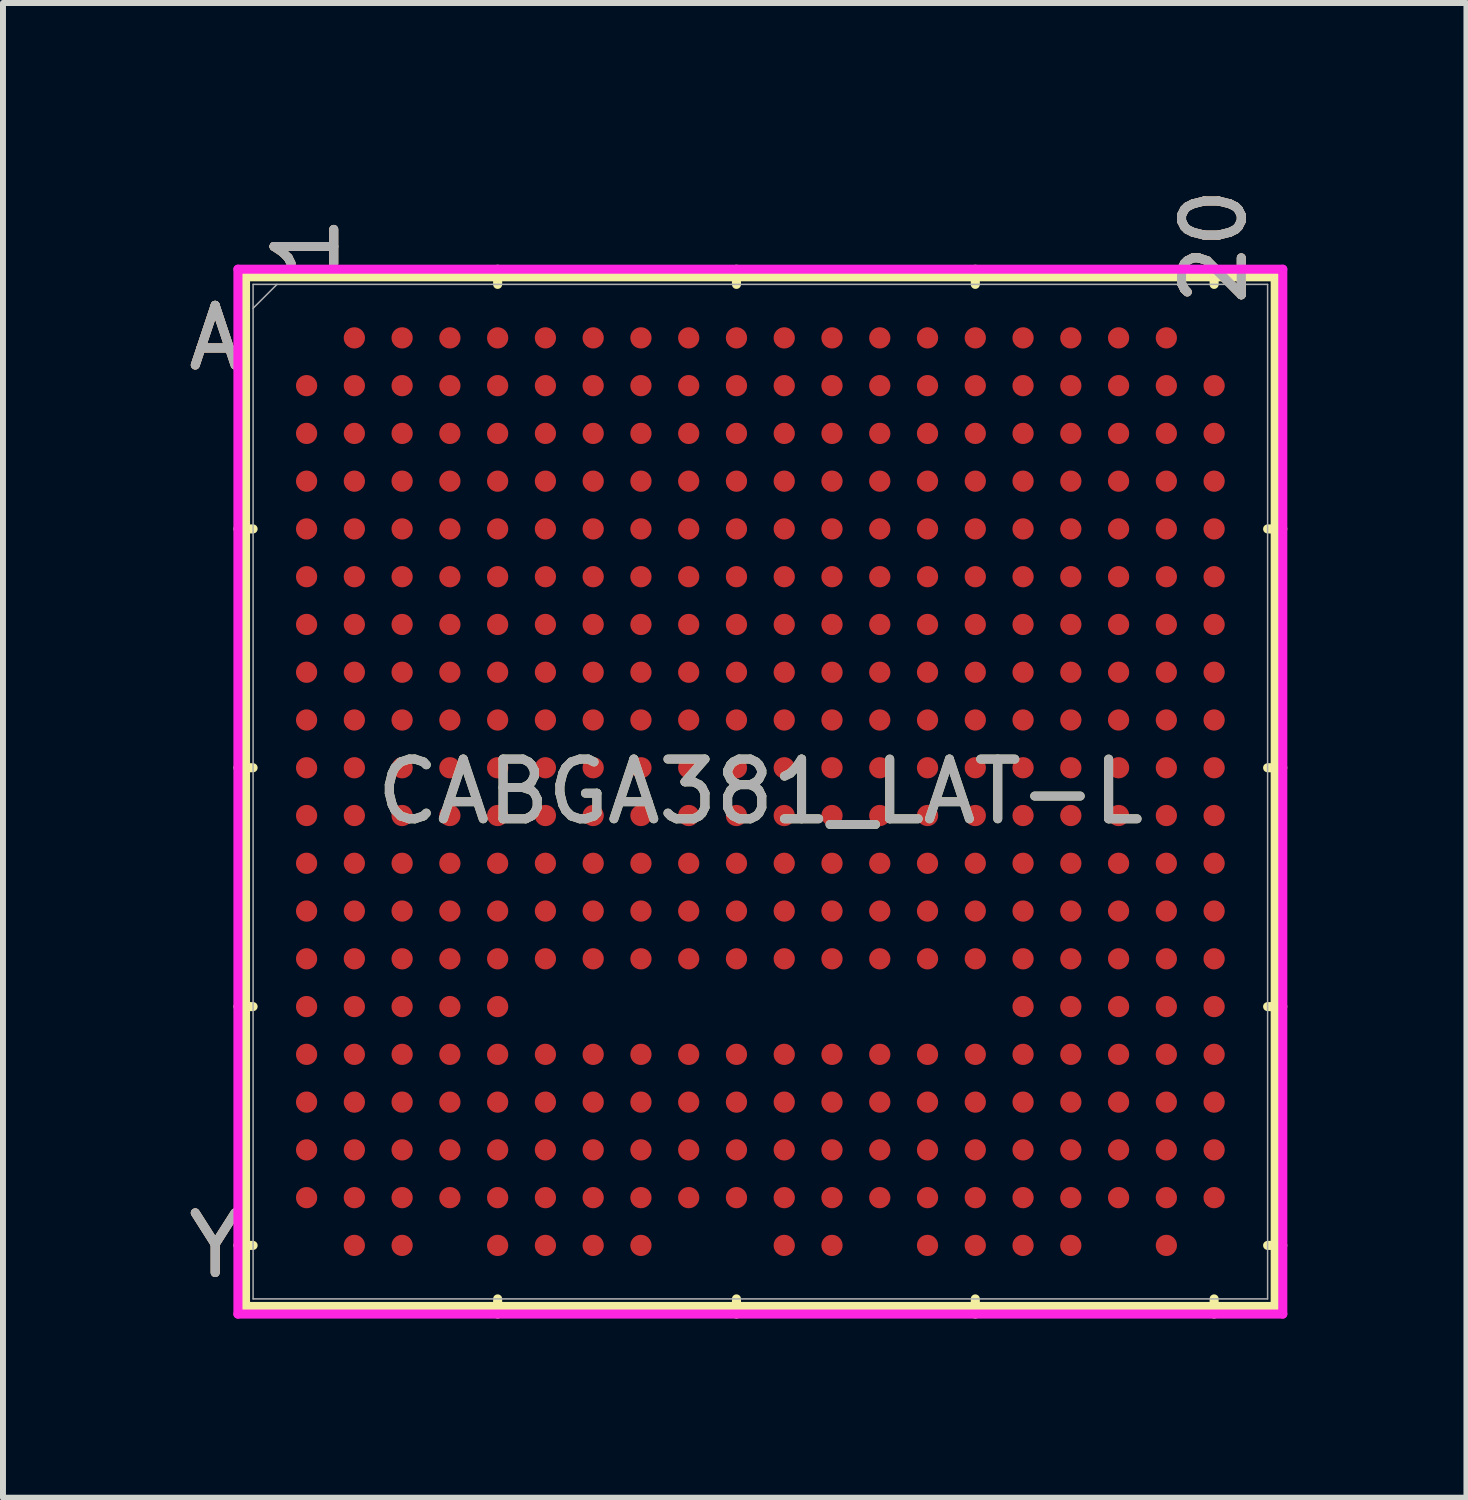
<source format=kicad_pcb>
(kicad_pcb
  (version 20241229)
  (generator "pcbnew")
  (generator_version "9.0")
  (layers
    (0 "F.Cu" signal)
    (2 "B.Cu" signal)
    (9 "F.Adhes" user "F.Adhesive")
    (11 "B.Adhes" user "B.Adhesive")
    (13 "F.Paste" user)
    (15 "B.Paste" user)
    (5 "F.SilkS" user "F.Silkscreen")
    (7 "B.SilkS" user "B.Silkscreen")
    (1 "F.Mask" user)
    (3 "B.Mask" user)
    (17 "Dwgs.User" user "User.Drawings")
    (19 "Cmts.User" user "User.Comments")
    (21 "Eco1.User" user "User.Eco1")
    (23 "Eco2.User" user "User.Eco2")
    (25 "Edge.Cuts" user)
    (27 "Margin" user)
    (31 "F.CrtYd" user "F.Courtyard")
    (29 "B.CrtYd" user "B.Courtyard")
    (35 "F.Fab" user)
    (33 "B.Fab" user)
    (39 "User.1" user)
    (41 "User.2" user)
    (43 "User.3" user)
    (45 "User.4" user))
  (footprint "CABGA381_LAT-L"
    (layer "F.Cu")
    (at 9.685 10.209)
    (property "Reference" "CABGA381_LAT-L" (at 0 0 0) (unlocked yes) (layer "F.SilkS") (effects (font (size 1 1) (thickness 0.15))))
    (attr smd)
    (fp_line (start -8.623 -8.623) (end -8.623 8.623) (stroke (width 0.152) (type solid)) (layer "F.SilkS"))
    (fp_line (start -8.623 8.623) (end 8.623 8.623) (stroke (width 0.152) (type solid)) (layer "F.SilkS"))
    (fp_line (start -8.496 -4.4) (end -8.75 -4.4) (stroke (width 0.152) (type solid)) (layer "F.SilkS"))
    (fp_line (start -8.496 -0.4) (end -8.75 -0.4) (stroke (width 0.152) (type solid)) (layer "F.SilkS"))
    (fp_line (start -8.496 3.6) (end -8.75 3.6) (stroke (width 0.152) (type solid)) (layer "F.SilkS"))
    (fp_line (start -8.496 7.6) (end -8.75 7.6) (stroke (width 0.152) (type solid)) (layer "F.SilkS"))
    (fp_line (start -4.4 -8.496) (end -4.4 -8.75) (stroke (width 0.152) (type solid)) (layer "F.SilkS"))
    (fp_line (start -4.4 8.496) (end -4.4 8.75) (stroke (width 0.152) (type solid)) (layer "F.SilkS"))
    (fp_line (start -0.4 -8.496) (end -0.4 -8.75) (stroke (width 0.152) (type solid)) (layer "F.SilkS"))
    (fp_line (start -0.4 8.496) (end -0.4 8.75) (stroke (width 0.152) (type solid)) (layer "F.SilkS"))
    (fp_line (start 3.6 -8.496) (end 3.6 -8.75) (stroke (width 0.152) (type solid)) (layer "F.SilkS"))
    (fp_line (start 3.6 8.496) (end 3.6 8.75) (stroke (width 0.152) (type solid)) (layer "F.SilkS"))
    (fp_line (start 7.6 -8.496) (end 7.6 -8.75) (stroke (width 0.152) (type solid)) (layer "F.SilkS"))
    (fp_line (start 7.6 8.496) (end 7.6 8.75) (stroke (width 0.152) (type solid)) (layer "F.SilkS"))
    (fp_line (start 8.496 -4.4) (end 8.75 -4.4) (stroke (width 0.152) (type solid)) (layer "F.SilkS"))
    (fp_line (start 8.496 -0.4) (end 8.75 -0.4) (stroke (width 0.152) (type solid)) (layer "F.SilkS"))
    (fp_line (start 8.496 3.6) (end 8.75 3.6) (stroke (width 0.152) (type solid)) (layer "F.SilkS"))
    (fp_line (start 8.496 7.6) (end 8.75 7.6) (stroke (width 0.152) (type solid)) (layer "F.SilkS"))
    (fp_line (start 8.623 -8.623) (end -8.623 -8.623) (stroke (width 0.152) (type solid)) (layer "F.SilkS"))
    (fp_line (start 8.623 8.623) (end 8.623 -8.623) (stroke (width 0.152) (type solid)) (layer "F.SilkS"))
    (fp_poly (pts (xy -8.444 -8.444) (xy 8.444 -8.444) (xy 8.444 8.444) (xy -8.444 8.444)) (stroke (width 0.1) (type solid)) (fill no) (layer "Eco2.User"))
    (fp_line (start -8.75 -8.75) (end 8.75 -8.75) (stroke (width 0.152) (type solid)) (layer "F.CrtYd"))
    (fp_line (start -8.75 8.75) (end -8.75 -8.75) (stroke (width 0.152) (type solid)) (layer "F.CrtYd"))
    (fp_line (start 8.75 -8.75) (end 8.75 8.75) (stroke (width 0.152) (type solid)) (layer "F.CrtYd"))
    (fp_line (start 8.75 8.75) (end -8.75 8.75) (stroke (width 0.152) (type solid)) (layer "F.CrtYd"))
    (fp_line (start -8.496 -8.496) (end -8.496 8.496) (stroke (width 0.025) (type solid)) (layer "F.Fab"))
    (fp_line (start -8.496 8.496) (end 8.496 8.496) (stroke (width 0.025) (type solid)) (layer "F.Fab"))
    (fp_line (start -8.096 -8.496) (end -8.496 -8.096) (stroke (width 0.025) (type solid)) (layer "F.Fab"))
    (fp_line (start 8.496 -8.496) (end -8.496 -8.496) (stroke (width 0.025) (type solid)) (layer "F.Fab"))
    (fp_line (start 8.496 8.496) (end 8.496 -8.496) (stroke (width 0.025) (type solid)) (layer "F.Fab"))
    (fp_text user "A" (at -9.131 -7.6 0) (unlocked yes) (layer "F.SilkS") (effects (font (size 1 1) (thickness 0.15))))
    (fp_text user "20" (at 7.6 -9.131 90) (unlocked yes) (layer "F.SilkS") (effects (font (size 1 1) (thickness 0.15))))
    (fp_text user "Y" (at -9.131 7.6 0) (unlocked yes) (layer "F.SilkS") (effects (font (size 1 1) (thickness 0.15))))
    (fp_text user "1" (at -7.6 -9.131 90) (unlocked yes) (layer "F.SilkS") (effects (font (size 1 1) (thickness 0.15))))
    (fp_text user "Y" (at -9.131 7.6 0) (unlocked yes) (layer "B.SilkS") (effects (font (size 1 1) (thickness 0.15))))
    (fp_text user "A" (at -9.131 -7.6 0) (unlocked yes) (layer "B.SilkS") (effects (font (size 1 1) (thickness 0.15))))
    (fp_text user "20" (at 7.6 -9.131 90) (unlocked yes) (layer "B.SilkS") (effects (font (size 1 1) (thickness 0.15))))
    (fp_text user "1" (at -7.6 -9.131 90) (unlocked yes) (layer "B.SilkS") (effects (font (size 1 1) (thickness 0.15))))
    (fp_text user "A" (at -9.131 -7.6 0) (unlocked yes) (layer "F.Fab") (effects (font (size 1 1) (thickness 0.15))))
    (fp_text user "20" (at 7.6 -9.131 90) (unlocked yes) (layer "F.Fab") (effects (font (size 1 1) (thickness 0.15))))
    (fp_text user "1" (at -7.6 -9.131 90) (unlocked yes) (layer "F.Fab") (effects (font (size 1 1) (thickness 0.15))))
    (fp_text user "Y" (at -9.131 7.6 0) (unlocked yes) (layer "F.Fab") (effects (font (size 1 1) (thickness 0.15))))
    (fp_text user "${REFERENCE}" (at 0 0 0) (unlocked yes) (layer "F.Fab") (effects (font (size 1 1) (thickness 0.15))))
    (pad "A2" smd circle (at -6.8 -7.6) (size 0.356 0.356) (layers "F.Cu" "F.Mask" "F.Paste"))
    (pad "A3" smd circle (at -6 -7.6) (size 0.356 0.356) (layers "F.Cu" "F.Mask" "F.Paste"))
    (pad "A4" smd circle (at -5.2 -7.6) (size 0.356 0.356) (layers "F.Cu" "F.Mask" "F.Paste"))
    (pad "A5" smd circle (at -4.4 -7.6) (size 0.356 0.356) (layers "F.Cu" "F.Mask" "F.Paste"))
    (pad "A6" smd circle (at -3.6 -7.6) (size 0.356 0.356) (layers "F.Cu" "F.Mask" "F.Paste"))
    (pad "A7" smd circle (at -2.8 -7.6) (size 0.356 0.356) (layers "F.Cu" "F.Mask" "F.Paste"))
    (pad "A8" smd circle (at -2 -7.6) (size 0.356 0.356) (layers "F.Cu" "F.Mask" "F.Paste"))
    (pad "A9" smd circle (at -1.2 -7.6) (size 0.356 0.356) (layers "F.Cu" "F.Mask" "F.Paste"))
    (pad "A10" smd circle (at -0.4 -7.6) (size 0.356 0.356) (layers "F.Cu" "F.Mask" "F.Paste"))
    (pad "A11" smd circle (at 0.4 -7.6) (size 0.356 0.356) (layers "F.Cu" "F.Mask" "F.Paste"))
    (pad "A12" smd circle (at 1.2 -7.6) (size 0.356 0.356) (layers "F.Cu" "F.Mask" "F.Paste"))
    (pad "A13" smd circle (at 2 -7.6) (size 0.356 0.356) (layers "F.Cu" "F.Mask" "F.Paste"))
    (pad "A14" smd circle (at 2.8 -7.6) (size 0.356 0.356) (layers "F.Cu" "F.Mask" "F.Paste"))
    (pad "A15" smd circle (at 3.6 -7.6) (size 0.356 0.356) (layers "F.Cu" "F.Mask" "F.Paste"))
    (pad "A16" smd circle (at 4.4 -7.6) (size 0.356 0.356) (layers "F.Cu" "F.Mask" "F.Paste"))
    (pad "A17" smd circle (at 5.2 -7.6) (size 0.356 0.356) (layers "F.Cu" "F.Mask" "F.Paste"))
    (pad "A18" smd circle (at 6 -7.6) (size 0.356 0.356) (layers "F.Cu" "F.Mask" "F.Paste"))
    (pad "A19" smd circle (at 6.8 -7.6) (size 0.356 0.356) (layers "F.Cu" "F.Mask" "F.Paste"))
    (pad "B1" smd circle (at -7.6 -6.8) (size 0.356 0.356) (layers "F.Cu" "F.Mask" "F.Paste"))
    (pad "B2" smd circle (at -6.8 -6.8) (size 0.356 0.356) (layers "F.Cu" "F.Mask" "F.Paste"))
    (pad "B3" smd circle (at -6 -6.8) (size 0.356 0.356) (layers "F.Cu" "F.Mask" "F.Paste"))
    (pad "B4" smd circle (at -5.2 -6.8) (size 0.356 0.356) (layers "F.Cu" "F.Mask" "F.Paste"))
    (pad "B5" smd circle (at -4.4 -6.8) (size 0.356 0.356) (layers "F.Cu" "F.Mask" "F.Paste"))
    (pad "B6" smd circle (at -3.6 -6.8) (size 0.356 0.356) (layers "F.Cu" "F.Mask" "F.Paste"))
    (pad "B7" smd circle (at -2.8 -6.8) (size 0.356 0.356) (layers "F.Cu" "F.Mask" "F.Paste"))
    (pad "B8" smd circle (at -2 -6.8) (size 0.356 0.356) (layers "F.Cu" "F.Mask" "F.Paste"))
    (pad "B9" smd circle (at -1.2 -6.8) (size 0.356 0.356) (layers "F.Cu" "F.Mask" "F.Paste"))
    (pad "B10" smd circle (at -0.4 -6.8) (size 0.356 0.356) (layers "F.Cu" "F.Mask" "F.Paste"))
    (pad "B11" smd circle (at 0.4 -6.8) (size 0.356 0.356) (layers "F.Cu" "F.Mask" "F.Paste"))
    (pad "B12" smd circle (at 1.2 -6.8) (size 0.356 0.356) (layers "F.Cu" "F.Mask" "F.Paste"))
    (pad "B13" smd circle (at 2 -6.8) (size 0.356 0.356) (layers "F.Cu" "F.Mask" "F.Paste"))
    (pad "B14" smd circle (at 2.8 -6.8) (size 0.356 0.356) (layers "F.Cu" "F.Mask" "F.Paste"))
    (pad "B15" smd circle (at 3.6 -6.8) (size 0.356 0.356) (layers "F.Cu" "F.Mask" "F.Paste"))
    (pad "B16" smd circle (at 4.4 -6.8) (size 0.356 0.356) (layers "F.Cu" "F.Mask" "F.Paste"))
    (pad "B17" smd circle (at 5.2 -6.8) (size 0.356 0.356) (layers "F.Cu" "F.Mask" "F.Paste"))
    (pad "B18" smd circle (at 6 -6.8) (size 0.356 0.356) (layers "F.Cu" "F.Mask" "F.Paste"))
    (pad "B19" smd circle (at 6.8 -6.8) (size 0.356 0.356) (layers "F.Cu" "F.Mask" "F.Paste"))
    (pad "B20" smd circle (at 7.6 -6.8) (size 0.356 0.356) (layers "F.Cu" "F.Mask" "F.Paste"))
    (pad "C1" smd circle (at -7.6 -6) (size 0.356 0.356) (layers "F.Cu" "F.Mask" "F.Paste"))
    (pad "C2" smd circle (at -6.8 -6) (size 0.356 0.356) (layers "F.Cu" "F.Mask" "F.Paste"))
    (pad "C3" smd circle (at -6 -6) (size 0.356 0.356) (layers "F.Cu" "F.Mask" "F.Paste"))
    (pad "C4" smd circle (at -5.2 -6) (size 0.356 0.356) (layers "F.Cu" "F.Mask" "F.Paste"))
    (pad "C5" smd circle (at -4.4 -6) (size 0.356 0.356) (layers "F.Cu" "F.Mask" "F.Paste"))
    (pad "C6" smd circle (at -3.6 -6) (size 0.356 0.356) (layers "F.Cu" "F.Mask" "F.Paste"))
    (pad "C7" smd circle (at -2.8 -6) (size 0.356 0.356) (layers "F.Cu" "F.Mask" "F.Paste"))
    (pad "C8" smd circle (at -2 -6) (size 0.356 0.356) (layers "F.Cu" "F.Mask" "F.Paste"))
    (pad "C9" smd circle (at -1.2 -6) (size 0.356 0.356) (layers "F.Cu" "F.Mask" "F.Paste"))
    (pad "C10" smd circle (at -0.4 -6) (size 0.356 0.356) (layers "F.Cu" "F.Mask" "F.Paste"))
    (pad "C11" smd circle (at 0.4 -6) (size 0.356 0.356) (layers "F.Cu" "F.Mask" "F.Paste"))
    (pad "C12" smd circle (at 1.2 -6) (size 0.356 0.356) (layers "F.Cu" "F.Mask" "F.Paste"))
    (pad "C13" smd circle (at 2 -6) (size 0.356 0.356) (layers "F.Cu" "F.Mask" "F.Paste"))
    (pad "C14" smd circle (at 2.8 -6) (size 0.356 0.356) (layers "F.Cu" "F.Mask" "F.Paste"))
    (pad "C15" smd circle (at 3.6 -6) (size 0.356 0.356) (layers "F.Cu" "F.Mask" "F.Paste"))
    (pad "C16" smd circle (at 4.4 -6) (size 0.356 0.356) (layers "F.Cu" "F.Mask" "F.Paste"))
    (pad "C17" smd circle (at 5.2 -6) (size 0.356 0.356) (layers "F.Cu" "F.Mask" "F.Paste"))
    (pad "C18" smd circle (at 6 -6) (size 0.356 0.356) (layers "F.Cu" "F.Mask" "F.Paste"))
    (pad "C19" smd circle (at 6.8 -6) (size 0.356 0.356) (layers "F.Cu" "F.Mask" "F.Paste"))
    (pad "C20" smd circle (at 7.6 -6) (size 0.356 0.356) (layers "F.Cu" "F.Mask" "F.Paste"))
    (pad "D1" smd circle (at -7.6 -5.2) (size 0.356 0.356) (layers "F.Cu" "F.Mask" "F.Paste"))
    (pad "D2" smd circle (at -6.8 -5.2) (size 0.356 0.356) (layers "F.Cu" "F.Mask" "F.Paste"))
    (pad "D3" smd circle (at -6 -5.2) (size 0.356 0.356) (layers "F.Cu" "F.Mask" "F.Paste"))
    (pad "D4" smd circle (at -5.2 -5.2) (size 0.356 0.356) (layers "F.Cu" "F.Mask" "F.Paste"))
    (pad "D5" smd circle (at -4.4 -5.2) (size 0.356 0.356) (layers "F.Cu" "F.Mask" "F.Paste"))
    (pad "D6" smd circle (at -3.6 -5.2) (size 0.356 0.356) (layers "F.Cu" "F.Mask" "F.Paste"))
    (pad "D7" smd circle (at -2.8 -5.2) (size 0.356 0.356) (layers "F.Cu" "F.Mask" "F.Paste"))
    (pad "D8" smd circle (at -2 -5.2) (size 0.356 0.356) (layers "F.Cu" "F.Mask" "F.Paste"))
    (pad "D9" smd circle (at -1.2 -5.2) (size 0.356 0.356) (layers "F.Cu" "F.Mask" "F.Paste"))
    (pad "D10" smd circle (at -0.4 -5.2) (size 0.356 0.356) (layers "F.Cu" "F.Mask" "F.Paste"))
    (pad "D11" smd circle (at 0.4 -5.2) (size 0.356 0.356) (layers "F.Cu" "F.Mask" "F.Paste"))
    (pad "D12" smd circle (at 1.2 -5.2) (size 0.356 0.356) (layers "F.Cu" "F.Mask" "F.Paste"))
    (pad "D13" smd circle (at 2 -5.2) (size 0.356 0.356) (layers "F.Cu" "F.Mask" "F.Paste"))
    (pad "D14" smd circle (at 2.8 -5.2) (size 0.356 0.356) (layers "F.Cu" "F.Mask" "F.Paste"))
    (pad "D15" smd circle (at 3.6 -5.2) (size 0.356 0.356) (layers "F.Cu" "F.Mask" "F.Paste"))
    (pad "D16" smd circle (at 4.4 -5.2) (size 0.356 0.356) (layers "F.Cu" "F.Mask" "F.Paste"))
    (pad "D17" smd circle (at 5.2 -5.2) (size 0.356 0.356) (layers "F.Cu" "F.Mask" "F.Paste"))
    (pad "D18" smd circle (at 6 -5.2) (size 0.356 0.356) (layers "F.Cu" "F.Mask" "F.Paste"))
    (pad "D19" smd circle (at 6.8 -5.2) (size 0.356 0.356) (layers "F.Cu" "F.Mask" "F.Paste"))
    (pad "D20" smd circle (at 7.6 -5.2) (size 0.356 0.356) (layers "F.Cu" "F.Mask" "F.Paste"))
    (pad "E1" smd circle (at -7.6 -4.4) (size 0.356 0.356) (layers "F.Cu" "F.Mask" "F.Paste"))
    (pad "E2" smd circle (at -6.8 -4.4) (size 0.356 0.356) (layers "F.Cu" "F.Mask" "F.Paste"))
    (pad "E3" smd circle (at -6 -4.4) (size 0.356 0.356) (layers "F.Cu" "F.Mask" "F.Paste"))
    (pad "E4" smd circle (at -5.2 -4.4) (size 0.356 0.356) (layers "F.Cu" "F.Mask" "F.Paste"))
    (pad "E5" smd circle (at -4.4 -4.4) (size 0.356 0.356) (layers "F.Cu" "F.Mask" "F.Paste"))
    (pad "E6" smd circle (at -3.6 -4.4) (size 0.356 0.356) (layers "F.Cu" "F.Mask" "F.Paste"))
    (pad "E7" smd circle (at -2.8 -4.4) (size 0.356 0.356) (layers "F.Cu" "F.Mask" "F.Paste"))
    (pad "E8" smd circle (at -2 -4.4) (size 0.356 0.356) (layers "F.Cu" "F.Mask" "F.Paste"))
    (pad "E9" smd circle (at -1.2 -4.4) (size 0.356 0.356) (layers "F.Cu" "F.Mask" "F.Paste"))
    (pad "E10" smd circle (at -0.4 -4.4) (size 0.356 0.356) (layers "F.Cu" "F.Mask" "F.Paste"))
    (pad "E11" smd circle (at 0.4 -4.4) (size 0.356 0.356) (layers "F.Cu" "F.Mask" "F.Paste"))
    (pad "E12" smd circle (at 1.2 -4.4) (size 0.356 0.356) (layers "F.Cu" "F.Mask" "F.Paste"))
    (pad "E13" smd circle (at 2 -4.4) (size 0.356 0.356) (layers "F.Cu" "F.Mask" "F.Paste"))
    (pad "E14" smd circle (at 2.8 -4.4) (size 0.356 0.356) (layers "F.Cu" "F.Mask" "F.Paste"))
    (pad "E15" smd circle (at 3.6 -4.4) (size 0.356 0.356) (layers "F.Cu" "F.Mask" "F.Paste"))
    (pad "E16" smd circle (at 4.4 -4.4) (size 0.356 0.356) (layers "F.Cu" "F.Mask" "F.Paste"))
    (pad "E17" smd circle (at 5.2 -4.4) (size 0.356 0.356) (layers "F.Cu" "F.Mask" "F.Paste"))
    (pad "E18" smd circle (at 6 -4.4) (size 0.356 0.356) (layers "F.Cu" "F.Mask" "F.Paste"))
    (pad "E19" smd circle (at 6.8 -4.4) (size 0.356 0.356) (layers "F.Cu" "F.Mask" "F.Paste"))
    (pad "E20" smd circle (at 7.6 -4.4) (size 0.356 0.356) (layers "F.Cu" "F.Mask" "F.Paste"))
    (pad "F1" smd circle (at -7.6 -3.6) (size 0.356 0.356) (layers "F.Cu" "F.Mask" "F.Paste"))
    (pad "F2" smd circle (at -6.8 -3.6) (size 0.356 0.356) (layers "F.Cu" "F.Mask" "F.Paste"))
    (pad "F3" smd circle (at -6 -3.6) (size 0.356 0.356) (layers "F.Cu" "F.Mask" "F.Paste"))
    (pad "F4" smd circle (at -5.2 -3.6) (size 0.356 0.356) (layers "F.Cu" "F.Mask" "F.Paste"))
    (pad "F5" smd circle (at -4.4 -3.6) (size 0.356 0.356) (layers "F.Cu" "F.Mask" "F.Paste"))
    (pad "F6" smd circle (at -3.6 -3.6) (size 0.356 0.356) (layers "F.Cu" "F.Mask" "F.Paste"))
    (pad "F7" smd circle (at -2.8 -3.6) (size 0.356 0.356) (layers "F.Cu" "F.Mask" "F.Paste"))
    (pad "F8" smd circle (at -2 -3.6) (size 0.356 0.356) (layers "F.Cu" "F.Mask" "F.Paste"))
    (pad "F9" smd circle (at -1.2 -3.6) (size 0.356 0.356) (layers "F.Cu" "F.Mask" "F.Paste"))
    (pad "F10" smd circle (at -0.4 -3.6) (size 0.356 0.356) (layers "F.Cu" "F.Mask" "F.Paste"))
    (pad "F11" smd circle (at 0.4 -3.6) (size 0.356 0.356) (layers "F.Cu" "F.Mask" "F.Paste"))
    (pad "F12" smd circle (at 1.2 -3.6) (size 0.356 0.356) (layers "F.Cu" "F.Mask" "F.Paste"))
    (pad "F13" smd circle (at 2 -3.6) (size 0.356 0.356) (layers "F.Cu" "F.Mask" "F.Paste"))
    (pad "F14" smd circle (at 2.8 -3.6) (size 0.356 0.356) (layers "F.Cu" "F.Mask" "F.Paste"))
    (pad "F15" smd circle (at 3.6 -3.6) (size 0.356 0.356) (layers "F.Cu" "F.Mask" "F.Paste"))
    (pad "F16" smd circle (at 4.4 -3.6) (size 0.356 0.356) (layers "F.Cu" "F.Mask" "F.Paste"))
    (pad "F17" smd circle (at 5.2 -3.6) (size 0.356 0.356) (layers "F.Cu" "F.Mask" "F.Paste"))
    (pad "F18" smd circle (at 6 -3.6) (size 0.356 0.356) (layers "F.Cu" "F.Mask" "F.Paste"))
    (pad "F19" smd circle (at 6.8 -3.6) (size 0.356 0.356) (layers "F.Cu" "F.Mask" "F.Paste"))
    (pad "F20" smd circle (at 7.6 -3.6) (size 0.356 0.356) (layers "F.Cu" "F.Mask" "F.Paste"))
    (pad "G1" smd circle (at -7.6 -2.8) (size 0.356 0.356) (layers "F.Cu" "F.Mask" "F.Paste"))
    (pad "G2" smd circle (at -6.8 -2.8) (size 0.356 0.356) (layers "F.Cu" "F.Mask" "F.Paste"))
    (pad "G3" smd circle (at -6 -2.8) (size 0.356 0.356) (layers "F.Cu" "F.Mask" "F.Paste"))
    (pad "G4" smd circle (at -5.2 -2.8) (size 0.356 0.356) (layers "F.Cu" "F.Mask" "F.Paste"))
    (pad "G5" smd circle (at -4.4 -2.8) (size 0.356 0.356) (layers "F.Cu" "F.Mask" "F.Paste"))
    (pad "G6" smd circle (at -3.6 -2.8) (size 0.356 0.356) (layers "F.Cu" "F.Mask" "F.Paste"))
    (pad "G7" smd circle (at -2.8 -2.8) (size 0.356 0.356) (layers "F.Cu" "F.Mask" "F.Paste"))
    (pad "G8" smd circle (at -2 -2.8) (size 0.356 0.356) (layers "F.Cu" "F.Mask" "F.Paste"))
    (pad "G9" smd circle (at -1.2 -2.8) (size 0.356 0.356) (layers "F.Cu" "F.Mask" "F.Paste"))
    (pad "G10" smd circle (at -0.4 -2.8) (size 0.356 0.356) (layers "F.Cu" "F.Mask" "F.Paste"))
    (pad "G11" smd circle (at 0.4 -2.8) (size 0.356 0.356) (layers "F.Cu" "F.Mask" "F.Paste"))
    (pad "G12" smd circle (at 1.2 -2.8) (size 0.356 0.356) (layers "F.Cu" "F.Mask" "F.Paste"))
    (pad "G13" smd circle (at 2 -2.8) (size 0.356 0.356) (layers "F.Cu" "F.Mask" "F.Paste"))
    (pad "G14" smd circle (at 2.8 -2.8) (size 0.356 0.356) (layers "F.Cu" "F.Mask" "F.Paste"))
    (pad "G15" smd circle (at 3.6 -2.8) (size 0.356 0.356) (layers "F.Cu" "F.Mask" "F.Paste"))
    (pad "G16" smd circle (at 4.4 -2.8) (size 0.356 0.356) (layers "F.Cu" "F.Mask" "F.Paste"))
    (pad "G17" smd circle (at 5.2 -2.8) (size 0.356 0.356) (layers "F.Cu" "F.Mask" "F.Paste"))
    (pad "G18" smd circle (at 6 -2.8) (size 0.356 0.356) (layers "F.Cu" "F.Mask" "F.Paste"))
    (pad "G19" smd circle (at 6.8 -2.8) (size 0.356 0.356) (layers "F.Cu" "F.Mask" "F.Paste"))
    (pad "G20" smd circle (at 7.6 -2.8) (size 0.356 0.356) (layers "F.Cu" "F.Mask" "F.Paste"))
    (pad "H1" smd circle (at -7.6 -2) (size 0.356 0.356) (layers "F.Cu" "F.Mask" "F.Paste"))
    (pad "H2" smd circle (at -6.8 -2) (size 0.356 0.356) (layers "F.Cu" "F.Mask" "F.Paste"))
    (pad "H3" smd circle (at -6 -2) (size 0.356 0.356) (layers "F.Cu" "F.Mask" "F.Paste"))
    (pad "H4" smd circle (at -5.2 -2) (size 0.356 0.356) (layers "F.Cu" "F.Mask" "F.Paste"))
    (pad "H5" smd circle (at -4.4 -2) (size 0.356 0.356) (layers "F.Cu" "F.Mask" "F.Paste"))
    (pad "H6" smd circle (at -3.6 -2) (size 0.356 0.356) (layers "F.Cu" "F.Mask" "F.Paste"))
    (pad "H7" smd circle (at -2.8 -2) (size 0.356 0.356) (layers "F.Cu" "F.Mask" "F.Paste"))
    (pad "H8" smd circle (at -2 -2) (size 0.356 0.356) (layers "F.Cu" "F.Mask" "F.Paste"))
    (pad "H9" smd circle (at -1.2 -2) (size 0.356 0.356) (layers "F.Cu" "F.Mask" "F.Paste"))
    (pad "H10" smd circle (at -0.4 -2) (size 0.356 0.356) (layers "F.Cu" "F.Mask" "F.Paste"))
    (pad "H11" smd circle (at 0.4 -2) (size 0.356 0.356) (layers "F.Cu" "F.Mask" "F.Paste"))
    (pad "H12" smd circle (at 1.2 -2) (size 0.356 0.356) (layers "F.Cu" "F.Mask" "F.Paste"))
    (pad "H13" smd circle (at 2 -2) (size 0.356 0.356) (layers "F.Cu" "F.Mask" "F.Paste"))
    (pad "H14" smd circle (at 2.8 -2) (size 0.356 0.356) (layers "F.Cu" "F.Mask" "F.Paste"))
    (pad "H15" smd circle (at 3.6 -2) (size 0.356 0.356) (layers "F.Cu" "F.Mask" "F.Paste"))
    (pad "H16" smd circle (at 4.4 -2) (size 0.356 0.356) (layers "F.Cu" "F.Mask" "F.Paste"))
    (pad "H17" smd circle (at 5.2 -2) (size 0.356 0.356) (layers "F.Cu" "F.Mask" "F.Paste"))
    (pad "H18" smd circle (at 6 -2) (size 0.356 0.356) (layers "F.Cu" "F.Mask" "F.Paste"))
    (pad "H19" smd circle (at 6.8 -2) (size 0.356 0.356) (layers "F.Cu" "F.Mask" "F.Paste"))
    (pad "H20" smd circle (at 7.6 -2) (size 0.356 0.356) (layers "F.Cu" "F.Mask" "F.Paste"))
    (pad "J1" smd circle (at -7.6 -1.2) (size 0.356 0.356) (layers "F.Cu" "F.Mask" "F.Paste"))
    (pad "J2" smd circle (at -6.8 -1.2) (size 0.356 0.356) (layers "F.Cu" "F.Mask" "F.Paste"))
    (pad "J3" smd circle (at -6 -1.2) (size 0.356 0.356) (layers "F.Cu" "F.Mask" "F.Paste"))
    (pad "J4" smd circle (at -5.2 -1.2) (size 0.356 0.356) (layers "F.Cu" "F.Mask" "F.Paste"))
    (pad "J5" smd circle (at -4.4 -1.2) (size 0.356 0.356) (layers "F.Cu" "F.Mask" "F.Paste"))
    (pad "J6" smd circle (at -3.6 -1.2) (size 0.356 0.356) (layers "F.Cu" "F.Mask" "F.Paste"))
    (pad "J7" smd circle (at -2.8 -1.2) (size 0.356 0.356) (layers "F.Cu" "F.Mask" "F.Paste"))
    (pad "J8" smd circle (at -2 -1.2) (size 0.356 0.356) (layers "F.Cu" "F.Mask" "F.Paste"))
    (pad "J9" smd circle (at -1.2 -1.2) (size 0.356 0.356) (layers "F.Cu" "F.Mask" "F.Paste"))
    (pad "J10" smd circle (at -0.4 -1.2) (size 0.356 0.356) (layers "F.Cu" "F.Mask" "F.Paste"))
    (pad "J11" smd circle (at 0.4 -1.2) (size 0.356 0.356) (layers "F.Cu" "F.Mask" "F.Paste"))
    (pad "J12" smd circle (at 1.2 -1.2) (size 0.356 0.356) (layers "F.Cu" "F.Mask" "F.Paste"))
    (pad "J13" smd circle (at 2 -1.2) (size 0.356 0.356) (layers "F.Cu" "F.Mask" "F.Paste"))
    (pad "J14" smd circle (at 2.8 -1.2) (size 0.356 0.356) (layers "F.Cu" "F.Mask" "F.Paste"))
    (pad "J15" smd circle (at 3.6 -1.2) (size 0.356 0.356) (layers "F.Cu" "F.Mask" "F.Paste"))
    (pad "J16" smd circle (at 4.4 -1.2) (size 0.356 0.356) (layers "F.Cu" "F.Mask" "F.Paste"))
    (pad "J17" smd circle (at 5.2 -1.2) (size 0.356 0.356) (layers "F.Cu" "F.Mask" "F.Paste"))
    (pad "J18" smd circle (at 6 -1.2) (size 0.356 0.356) (layers "F.Cu" "F.Mask" "F.Paste"))
    (pad "J19" smd circle (at 6.8 -1.2) (size 0.356 0.356) (layers "F.Cu" "F.Mask" "F.Paste"))
    (pad "J20" smd circle (at 7.6 -1.2) (size 0.356 0.356) (layers "F.Cu" "F.Mask" "F.Paste"))
    (pad "K1" smd circle (at -7.6 -0.4) (size 0.356 0.356) (layers "F.Cu" "F.Mask" "F.Paste"))
    (pad "K2" smd circle (at -6.8 -0.4) (size 0.356 0.356) (layers "F.Cu" "F.Mask" "F.Paste"))
    (pad "K3" smd circle (at -6 -0.4) (size 0.356 0.356) (layers "F.Cu" "F.Mask" "F.Paste"))
    (pad "K4" smd circle (at -5.2 -0.4) (size 0.356 0.356) (layers "F.Cu" "F.Mask" "F.Paste"))
    (pad "K5" smd circle (at -4.4 -0.4) (size 0.356 0.356) (layers "F.Cu" "F.Mask" "F.Paste"))
    (pad "K6" smd circle (at -3.6 -0.4) (size 0.356 0.356) (layers "F.Cu" "F.Mask" "F.Paste"))
    (pad "K7" smd circle (at -2.8 -0.4) (size 0.356 0.356) (layers "F.Cu" "F.Mask" "F.Paste"))
    (pad "K8" smd circle (at -2 -0.4) (size 0.356 0.356) (layers "F.Cu" "F.Mask" "F.Paste"))
    (pad "K9" smd circle (at -1.2 -0.4) (size 0.356 0.356) (layers "F.Cu" "F.Mask" "F.Paste"))
    (pad "K10" smd circle (at -0.4 -0.4) (size 0.356 0.356) (layers "F.Cu" "F.Mask" "F.Paste"))
    (pad "K11" smd circle (at 0.4 -0.4) (size 0.356 0.356) (layers "F.Cu" "F.Mask" "F.Paste"))
    (pad "K12" smd circle (at 1.2 -0.4) (size 0.356 0.356) (layers "F.Cu" "F.Mask" "F.Paste"))
    (pad "K13" smd circle (at 2 -0.4) (size 0.356 0.356) (layers "F.Cu" "F.Mask" "F.Paste"))
    (pad "K14" smd circle (at 2.8 -0.4) (size 0.356 0.356) (layers "F.Cu" "F.Mask" "F.Paste"))
    (pad "K15" smd circle (at 3.6 -0.4) (size 0.356 0.356) (layers "F.Cu" "F.Mask" "F.Paste"))
    (pad "K16" smd circle (at 4.4 -0.4) (size 0.356 0.356) (layers "F.Cu" "F.Mask" "F.Paste"))
    (pad "K17" smd circle (at 5.2 -0.4) (size 0.356 0.356) (layers "F.Cu" "F.Mask" "F.Paste"))
    (pad "K18" smd circle (at 6 -0.4) (size 0.356 0.356) (layers "F.Cu" "F.Mask" "F.Paste"))
    (pad "K19" smd circle (at 6.8 -0.4) (size 0.356 0.356) (layers "F.Cu" "F.Mask" "F.Paste"))
    (pad "K20" smd circle (at 7.6 -0.4) (size 0.356 0.356) (layers "F.Cu" "F.Mask" "F.Paste"))
    (pad "L1" smd circle (at -7.6 0.4) (size 0.356 0.356) (layers "F.Cu" "F.Mask" "F.Paste"))
    (pad "L2" smd circle (at -6.8 0.4) (size 0.356 0.356) (layers "F.Cu" "F.Mask" "F.Paste"))
    (pad "L3" smd circle (at -6 0.4) (size 0.356 0.356) (layers "F.Cu" "F.Mask" "F.Paste"))
    (pad "L4" smd circle (at -5.2 0.4) (size 0.356 0.356) (layers "F.Cu" "F.Mask" "F.Paste"))
    (pad "L5" smd circle (at -4.4 0.4) (size 0.356 0.356) (layers "F.Cu" "F.Mask" "F.Paste"))
    (pad "L6" smd circle (at -3.6 0.4) (size 0.356 0.356) (layers "F.Cu" "F.Mask" "F.Paste"))
    (pad "L7" smd circle (at -2.8 0.4) (size 0.356 0.356) (layers "F.Cu" "F.Mask" "F.Paste"))
    (pad "L8" smd circle (at -2 0.4) (size 0.356 0.356) (layers "F.Cu" "F.Mask" "F.Paste"))
    (pad "L9" smd circle (at -1.2 0.4) (size 0.356 0.356) (layers "F.Cu" "F.Mask" "F.Paste"))
    (pad "L10" smd circle (at -0.4 0.4) (size 0.356 0.356) (layers "F.Cu" "F.Mask" "F.Paste"))
    (pad "L11" smd circle (at 0.4 0.4) (size 0.356 0.356) (layers "F.Cu" "F.Mask" "F.Paste"))
    (pad "L12" smd circle (at 1.2 0.4) (size 0.356 0.356) (layers "F.Cu" "F.Mask" "F.Paste"))
    (pad "L13" smd circle (at 2 0.4) (size 0.356 0.356) (layers "F.Cu" "F.Mask" "F.Paste"))
    (pad "L14" smd circle (at 2.8 0.4) (size 0.356 0.356) (layers "F.Cu" "F.Mask" "F.Paste"))
    (pad "L15" smd circle (at 3.6 0.4) (size 0.356 0.356) (layers "F.Cu" "F.Mask" "F.Paste"))
    (pad "L16" smd circle (at 4.4 0.4) (size 0.356 0.356) (layers "F.Cu" "F.Mask" "F.Paste"))
    (pad "L17" smd circle (at 5.2 0.4) (size 0.356 0.356) (layers "F.Cu" "F.Mask" "F.Paste"))
    (pad "L18" smd circle (at 6 0.4) (size 0.356 0.356) (layers "F.Cu" "F.Mask" "F.Paste"))
    (pad "L19" smd circle (at 6.8 0.4) (size 0.356 0.356) (layers "F.Cu" "F.Mask" "F.Paste"))
    (pad "L20" smd circle (at 7.6 0.4) (size 0.356 0.356) (layers "F.Cu" "F.Mask" "F.Paste"))
    (pad "M1" smd circle (at -7.6 1.2) (size 0.356 0.356) (layers "F.Cu" "F.Mask" "F.Paste"))
    (pad "M2" smd circle (at -6.8 1.2) (size 0.356 0.356) (layers "F.Cu" "F.Mask" "F.Paste"))
    (pad "M3" smd circle (at -6 1.2) (size 0.356 0.356) (layers "F.Cu" "F.Mask" "F.Paste"))
    (pad "M4" smd circle (at -5.2 1.2) (size 0.356 0.356) (layers "F.Cu" "F.Mask" "F.Paste"))
    (pad "M5" smd circle (at -4.4 1.2) (size 0.356 0.356) (layers "F.Cu" "F.Mask" "F.Paste"))
    (pad "M6" smd circle (at -3.6 1.2) (size 0.356 0.356) (layers "F.Cu" "F.Mask" "F.Paste"))
    (pad "M7" smd circle (at -2.8 1.2) (size 0.356 0.356) (layers "F.Cu" "F.Mask" "F.Paste"))
    (pad "M8" smd circle (at -2 1.2) (size 0.356 0.356) (layers "F.Cu" "F.Mask" "F.Paste"))
    (pad "M9" smd circle (at -1.2 1.2) (size 0.356 0.356) (layers "F.Cu" "F.Mask" "F.Paste"))
    (pad "M10" smd circle (at -0.4 1.2) (size 0.356 0.356) (layers "F.Cu" "F.Mask" "F.Paste"))
    (pad "M11" smd circle (at 0.4 1.2) (size 0.356 0.356) (layers "F.Cu" "F.Mask" "F.Paste"))
    (pad "M12" smd circle (at 1.2 1.2) (size 0.356 0.356) (layers "F.Cu" "F.Mask" "F.Paste"))
    (pad "M13" smd circle (at 2 1.2) (size 0.356 0.356) (layers "F.Cu" "F.Mask" "F.Paste"))
    (pad "M14" smd circle (at 2.8 1.2) (size 0.356 0.356) (layers "F.Cu" "F.Mask" "F.Paste"))
    (pad "M15" smd circle (at 3.6 1.2) (size 0.356 0.356) (layers "F.Cu" "F.Mask" "F.Paste"))
    (pad "M16" smd circle (at 4.4 1.2) (size 0.356 0.356) (layers "F.Cu" "F.Mask" "F.Paste"))
    (pad "M17" smd circle (at 5.2 1.2) (size 0.356 0.356) (layers "F.Cu" "F.Mask" "F.Paste"))
    (pad "M18" smd circle (at 6 1.2) (size 0.356 0.356) (layers "F.Cu" "F.Mask" "F.Paste"))
    (pad "M19" smd circle (at 6.8 1.2) (size 0.356 0.356) (layers "F.Cu" "F.Mask" "F.Paste"))
    (pad "M20" smd circle (at 7.6 1.2) (size 0.356 0.356) (layers "F.Cu" "F.Mask" "F.Paste"))
    (pad "N1" smd circle (at -7.6 2) (size 0.356 0.356) (layers "F.Cu" "F.Mask" "F.Paste"))
    (pad "N2" smd circle (at -6.8 2) (size 0.356 0.356) (layers "F.Cu" "F.Mask" "F.Paste"))
    (pad "N3" smd circle (at -6 2) (size 0.356 0.356) (layers "F.Cu" "F.Mask" "F.Paste"))
    (pad "N4" smd circle (at -5.2 2) (size 0.356 0.356) (layers "F.Cu" "F.Mask" "F.Paste"))
    (pad "N5" smd circle (at -4.4 2) (size 0.356 0.356) (layers "F.Cu" "F.Mask" "F.Paste"))
    (pad "N6" smd circle (at -3.6 2) (size 0.356 0.356) (layers "F.Cu" "F.Mask" "F.Paste"))
    (pad "N7" smd circle (at -2.8 2) (size 0.356 0.356) (layers "F.Cu" "F.Mask" "F.Paste"))
    (pad "N8" smd circle (at -2 2) (size 0.356 0.356) (layers "F.Cu" "F.Mask" "F.Paste"))
    (pad "N9" smd circle (at -1.2 2) (size 0.356 0.356) (layers "F.Cu" "F.Mask" "F.Paste"))
    (pad "N10" smd circle (at -0.4 2) (size 0.356 0.356) (layers "F.Cu" "F.Mask" "F.Paste"))
    (pad "N11" smd circle (at 0.4 2) (size 0.356 0.356) (layers "F.Cu" "F.Mask" "F.Paste"))
    (pad "N12" smd circle (at 1.2 2) (size 0.356 0.356) (layers "F.Cu" "F.Mask" "F.Paste"))
    (pad "N13" smd circle (at 2 2) (size 0.356 0.356) (layers "F.Cu" "F.Mask" "F.Paste"))
    (pad "N14" smd circle (at 2.8 2) (size 0.356 0.356) (layers "F.Cu" "F.Mask" "F.Paste"))
    (pad "N15" smd circle (at 3.6 2) (size 0.356 0.356) (layers "F.Cu" "F.Mask" "F.Paste"))
    (pad "N16" smd circle (at 4.4 2) (size 0.356 0.356) (layers "F.Cu" "F.Mask" "F.Paste"))
    (pad "N17" smd circle (at 5.2 2) (size 0.356 0.356) (layers "F.Cu" "F.Mask" "F.Paste"))
    (pad "N18" smd circle (at 6 2) (size 0.356 0.356) (layers "F.Cu" "F.Mask" "F.Paste"))
    (pad "N19" smd circle (at 6.8 2) (size 0.356 0.356) (layers "F.Cu" "F.Mask" "F.Paste"))
    (pad "N20" smd circle (at 7.6 2) (size 0.356 0.356) (layers "F.Cu" "F.Mask" "F.Paste"))
    (pad "P1" smd circle (at -7.6 2.8) (size 0.356 0.356) (layers "F.Cu" "F.Mask" "F.Paste"))
    (pad "P2" smd circle (at -6.8 2.8) (size 0.356 0.356) (layers "F.Cu" "F.Mask" "F.Paste"))
    (pad "P3" smd circle (at -6 2.8) (size 0.356 0.356) (layers "F.Cu" "F.Mask" "F.Paste"))
    (pad "P4" smd circle (at -5.2 2.8) (size 0.356 0.356) (layers "F.Cu" "F.Mask" "F.Paste"))
    (pad "P5" smd circle (at -4.4 2.8) (size 0.356 0.356) (layers "F.Cu" "F.Mask" "F.Paste"))
    (pad "P6" smd circle (at -3.6 2.8) (size 0.356 0.356) (layers "F.Cu" "F.Mask" "F.Paste"))
    (pad "P7" smd circle (at -2.8 2.8) (size 0.356 0.356) (layers "F.Cu" "F.Mask" "F.Paste"))
    (pad "P8" smd circle (at -2 2.8) (size 0.356 0.356) (layers "F.Cu" "F.Mask" "F.Paste"))
    (pad "P9" smd circle (at -1.2 2.8) (size 0.356 0.356) (layers "F.Cu" "F.Mask" "F.Paste"))
    (pad "P10" smd circle (at -0.4 2.8) (size 0.356 0.356) (layers "F.Cu" "F.Mask" "F.Paste"))
    (pad "P11" smd circle (at 0.4 2.8) (size 0.356 0.356) (layers "F.Cu" "F.Mask" "F.Paste"))
    (pad "P12" smd circle (at 1.2 2.8) (size 0.356 0.356) (layers "F.Cu" "F.Mask" "F.Paste"))
    (pad "P13" smd circle (at 2 2.8) (size 0.356 0.356) (layers "F.Cu" "F.Mask" "F.Paste"))
    (pad "P14" smd circle (at 2.8 2.8) (size 0.356 0.356) (layers "F.Cu" "F.Mask" "F.Paste"))
    (pad "P15" smd circle (at 3.6 2.8) (size 0.356 0.356) (layers "F.Cu" "F.Mask" "F.Paste"))
    (pad "P16" smd circle (at 4.4 2.8) (size 0.356 0.356) (layers "F.Cu" "F.Mask" "F.Paste"))
    (pad "P17" smd circle (at 5.2 2.8) (size 0.356 0.356) (layers "F.Cu" "F.Mask" "F.Paste"))
    (pad "P18" smd circle (at 6 2.8) (size 0.356 0.356) (layers "F.Cu" "F.Mask" "F.Paste"))
    (pad "P19" smd circle (at 6.8 2.8) (size 0.356 0.356) (layers "F.Cu" "F.Mask" "F.Paste"))
    (pad "P20" smd circle (at 7.6 2.8) (size 0.356 0.356) (layers "F.Cu" "F.Mask" "F.Paste"))
    (pad "R1" smd circle (at -7.6 3.6) (size 0.356 0.356) (layers "F.Cu" "F.Mask" "F.Paste"))
    (pad "R2" smd circle (at -6.8 3.6) (size 0.356 0.356) (layers "F.Cu" "F.Mask" "F.Paste"))
    (pad "R3" smd circle (at -6 3.6) (size 0.356 0.356) (layers "F.Cu" "F.Mask" "F.Paste"))
    (pad "R4" smd circle (at -5.2 3.6) (size 0.356 0.356) (layers "F.Cu" "F.Mask" "F.Paste"))
    (pad "R5" smd circle (at -4.4 3.6) (size 0.356 0.356) (layers "F.Cu" "F.Mask" "F.Paste"))
    (pad "R16" smd circle (at 4.4 3.6) (size 0.356 0.356) (layers "F.Cu" "F.Mask" "F.Paste"))
    (pad "R17" smd circle (at 5.2 3.6) (size 0.356 0.356) (layers "F.Cu" "F.Mask" "F.Paste"))
    (pad "R18" smd circle (at 6 3.6) (size 0.356 0.356) (layers "F.Cu" "F.Mask" "F.Paste"))
    (pad "R19" smd circle (at 6.8 3.6) (size 0.356 0.356) (layers "F.Cu" "F.Mask" "F.Paste"))
    (pad "R20" smd circle (at 7.6 3.6) (size 0.356 0.356) (layers "F.Cu" "F.Mask" "F.Paste"))
    (pad "T1" smd circle (at -7.6 4.4) (size 0.356 0.356) (layers "F.Cu" "F.Mask" "F.Paste"))
    (pad "T2" smd circle (at -6.8 4.4) (size 0.356 0.356) (layers "F.Cu" "F.Mask" "F.Paste"))
    (pad "T3" smd circle (at -6 4.4) (size 0.356 0.356) (layers "F.Cu" "F.Mask" "F.Paste"))
    (pad "T4" smd circle (at -5.2 4.4) (size 0.356 0.356) (layers "F.Cu" "F.Mask" "F.Paste"))
    (pad "T5" smd circle (at -4.4 4.4) (size 0.356 0.356) (layers "F.Cu" "F.Mask" "F.Paste"))
    (pad "T6" smd circle (at -3.6 4.4) (size 0.356 0.356) (layers "F.Cu" "F.Mask" "F.Paste"))
    (pad "T7" smd circle (at -2.8 4.4) (size 0.356 0.356) (layers "F.Cu" "F.Mask" "F.Paste"))
    (pad "T8" smd circle (at -2 4.4) (size 0.356 0.356) (layers "F.Cu" "F.Mask" "F.Paste"))
    (pad "T9" smd circle (at -1.2 4.4) (size 0.356 0.356) (layers "F.Cu" "F.Mask" "F.Paste"))
    (pad "T10" smd circle (at -0.4 4.4) (size 0.356 0.356) (layers "F.Cu" "F.Mask" "F.Paste"))
    (pad "T11" smd circle (at 0.4 4.4) (size 0.356 0.356) (layers "F.Cu" "F.Mask" "F.Paste"))
    (pad "T12" smd circle (at 1.2 4.4) (size 0.356 0.356) (layers "F.Cu" "F.Mask" "F.Paste"))
    (pad "T13" smd circle (at 2 4.4) (size 0.356 0.356) (layers "F.Cu" "F.Mask" "F.Paste"))
    (pad "T14" smd circle (at 2.8 4.4) (size 0.356 0.356) (layers "F.Cu" "F.Mask" "F.Paste"))
    (pad "T15" smd circle (at 3.6 4.4) (size 0.356 0.356) (layers "F.Cu" "F.Mask" "F.Paste"))
    (pad "T16" smd circle (at 4.4 4.4) (size 0.356 0.356) (layers "F.Cu" "F.Mask" "F.Paste"))
    (pad "T17" smd circle (at 5.2 4.4) (size 0.356 0.356) (layers "F.Cu" "F.Mask" "F.Paste"))
    (pad "T18" smd circle (at 6 4.4) (size 0.356 0.356) (layers "F.Cu" "F.Mask" "F.Paste"))
    (pad "T19" smd circle (at 6.8 4.4) (size 0.356 0.356) (layers "F.Cu" "F.Mask" "F.Paste"))
    (pad "T20" smd circle (at 7.6 4.4) (size 0.356 0.356) (layers "F.Cu" "F.Mask" "F.Paste"))
    (pad "U1" smd circle (at -7.6 5.2) (size 0.356 0.356) (layers "F.Cu" "F.Mask" "F.Paste"))
    (pad "U2" smd circle (at -6.8 5.2) (size 0.356 0.356) (layers "F.Cu" "F.Mask" "F.Paste"))
    (pad "U3" smd circle (at -6 5.2) (size 0.356 0.356) (layers "F.Cu" "F.Mask" "F.Paste"))
    (pad "U4" smd circle (at -5.2 5.2) (size 0.356 0.356) (layers "F.Cu" "F.Mask" "F.Paste"))
    (pad "U5" smd circle (at -4.4 5.2) (size 0.356 0.356) (layers "F.Cu" "F.Mask" "F.Paste"))
    (pad "U6" smd circle (at -3.6 5.2) (size 0.356 0.356) (layers "F.Cu" "F.Mask" "F.Paste"))
    (pad "U7" smd circle (at -2.8 5.2) (size 0.356 0.356) (layers "F.Cu" "F.Mask" "F.Paste"))
    (pad "U8" smd circle (at -2 5.2) (size 0.356 0.356) (layers "F.Cu" "F.Mask" "F.Paste"))
    (pad "U9" smd circle (at -1.2 5.2) (size 0.356 0.356) (layers "F.Cu" "F.Mask" "F.Paste"))
    (pad "U10" smd circle (at -0.4 5.2) (size 0.356 0.356) (layers "F.Cu" "F.Mask" "F.Paste"))
    (pad "U11" smd circle (at 0.4 5.2) (size 0.356 0.356) (layers "F.Cu" "F.Mask" "F.Paste"))
    (pad "U12" smd circle (at 1.2 5.2) (size 0.356 0.356) (layers "F.Cu" "F.Mask" "F.Paste"))
    (pad "U13" smd circle (at 2 5.2) (size 0.356 0.356) (layers "F.Cu" "F.Mask" "F.Paste"))
    (pad "U14" smd circle (at 2.8 5.2) (size 0.356 0.356) (layers "F.Cu" "F.Mask" "F.Paste"))
    (pad "U15" smd circle (at 3.6 5.2) (size 0.356 0.356) (layers "F.Cu" "F.Mask" "F.Paste"))
    (pad "U16" smd circle (at 4.4 5.2) (size 0.356 0.356) (layers "F.Cu" "F.Mask" "F.Paste"))
    (pad "U17" smd circle (at 5.2 5.2) (size 0.356 0.356) (layers "F.Cu" "F.Mask" "F.Paste"))
    (pad "U18" smd circle (at 6 5.2) (size 0.356 0.356) (layers "F.Cu" "F.Mask" "F.Paste"))
    (pad "U19" smd circle (at 6.8 5.2) (size 0.356 0.356) (layers "F.Cu" "F.Mask" "F.Paste"))
    (pad "U20" smd circle (at 7.6 5.2) (size 0.356 0.356) (layers "F.Cu" "F.Mask" "F.Paste"))
    (pad "V1" smd circle (at -7.6 6) (size 0.356 0.356) (layers "F.Cu" "F.Mask" "F.Paste"))
    (pad "V2" smd circle (at -6.8 6) (size 0.356 0.356) (layers "F.Cu" "F.Mask" "F.Paste"))
    (pad "V3" smd circle (at -6 6) (size 0.356 0.356) (layers "F.Cu" "F.Mask" "F.Paste"))
    (pad "V4" smd circle (at -5.2 6) (size 0.356 0.356) (layers "F.Cu" "F.Mask" "F.Paste"))
    (pad "V5" smd circle (at -4.4 6) (size 0.356 0.356) (layers "F.Cu" "F.Mask" "F.Paste"))
    (pad "V6" smd circle (at -3.6 6) (size 0.356 0.356) (layers "F.Cu" "F.Mask" "F.Paste"))
    (pad "V7" smd circle (at -2.8 6) (size 0.356 0.356) (layers "F.Cu" "F.Mask" "F.Paste"))
    (pad "V8" smd circle (at -2 6) (size 0.356 0.356) (layers "F.Cu" "F.Mask" "F.Paste"))
    (pad "V9" smd circle (at -1.2 6) (size 0.356 0.356) (layers "F.Cu" "F.Mask" "F.Paste"))
    (pad "V10" smd circle (at -0.4 6) (size 0.356 0.356) (layers "F.Cu" "F.Mask" "F.Paste"))
    (pad "V11" smd circle (at 0.4 6) (size 0.356 0.356) (layers "F.Cu" "F.Mask" "F.Paste"))
    (pad "V12" smd circle (at 1.2 6) (size 0.356 0.356) (layers "F.Cu" "F.Mask" "F.Paste"))
    (pad "V13" smd circle (at 2 6) (size 0.356 0.356) (layers "F.Cu" "F.Mask" "F.Paste"))
    (pad "V14" smd circle (at 2.8 6) (size 0.356 0.356) (layers "F.Cu" "F.Mask" "F.Paste"))
    (pad "V15" smd circle (at 3.6 6) (size 0.356 0.356) (layers "F.Cu" "F.Mask" "F.Paste"))
    (pad "V16" smd circle (at 4.4 6) (size 0.356 0.356) (layers "F.Cu" "F.Mask" "F.Paste"))
    (pad "V17" smd circle (at 5.2 6) (size 0.356 0.356) (layers "F.Cu" "F.Mask" "F.Paste"))
    (pad "V18" smd circle (at 6 6) (size 0.356 0.356) (layers "F.Cu" "F.Mask" "F.Paste"))
    (pad "V19" smd circle (at 6.8 6) (size 0.356 0.356) (layers "F.Cu" "F.Mask" "F.Paste"))
    (pad "V20" smd circle (at 7.6 6) (size 0.356 0.356) (layers "F.Cu" "F.Mask" "F.Paste"))
    (pad "W1" smd circle (at -7.6 6.8) (size 0.356 0.356) (layers "F.Cu" "F.Mask" "F.Paste"))
    (pad "W2" smd circle (at -6.8 6.8) (size 0.356 0.356) (layers "F.Cu" "F.Mask" "F.Paste"))
    (pad "W3" smd circle (at -6 6.8) (size 0.356 0.356) (layers "F.Cu" "F.Mask" "F.Paste"))
    (pad "W4" smd circle (at -5.2 6.8) (size 0.356 0.356) (layers "F.Cu" "F.Mask" "F.Paste"))
    (pad "W5" smd circle (at -4.4 6.8) (size 0.356 0.356) (layers "F.Cu" "F.Mask" "F.Paste"))
    (pad "W6" smd circle (at -3.6 6.8) (size 0.356 0.356) (layers "F.Cu" "F.Mask" "F.Paste"))
    (pad "W7" smd circle (at -2.8 6.8) (size 0.356 0.356) (layers "F.Cu" "F.Mask" "F.Paste"))
    (pad "W8" smd circle (at -2 6.8) (size 0.356 0.356) (layers "F.Cu" "F.Mask" "F.Paste"))
    (pad "W9" smd circle (at -1.2 6.8) (size 0.356 0.356) (layers "F.Cu" "F.Mask" "F.Paste"))
    (pad "W10" smd circle (at -0.4 6.8) (size 0.356 0.356) (layers "F.Cu" "F.Mask" "F.Paste"))
    (pad "W11" smd circle (at 0.4 6.8) (size 0.356 0.356) (layers "F.Cu" "F.Mask" "F.Paste"))
    (pad "W12" smd circle (at 1.2 6.8) (size 0.356 0.356) (layers "F.Cu" "F.Mask" "F.Paste"))
    (pad "W13" smd circle (at 2 6.8) (size 0.356 0.356) (layers "F.Cu" "F.Mask" "F.Paste"))
    (pad "W14" smd circle (at 2.8 6.8) (size 0.356 0.356) (layers "F.Cu" "F.Mask" "F.Paste"))
    (pad "W15" smd circle (at 3.6 6.8) (size 0.356 0.356) (layers "F.Cu" "F.Mask" "F.Paste"))
    (pad "W16" smd circle (at 4.4 6.8) (size 0.356 0.356) (layers "F.Cu" "F.Mask" "F.Paste"))
    (pad "W17" smd circle (at 5.2 6.8) (size 0.356 0.356) (layers "F.Cu" "F.Mask" "F.Paste"))
    (pad "W18" smd circle (at 6 6.8) (size 0.356 0.356) (layers "F.Cu" "F.Mask" "F.Paste"))
    (pad "W19" smd circle (at 6.8 6.8) (size 0.356 0.356) (layers "F.Cu" "F.Mask" "F.Paste"))
    (pad "W20" smd circle (at 7.6 6.8) (size 0.356 0.356) (layers "F.Cu" "F.Mask" "F.Paste"))
    (pad "Y2" smd circle (at -6.8 7.6) (size 0.356 0.356) (layers "F.Cu" "F.Mask" "F.Paste"))
    (pad "Y3" smd circle (at -6 7.6) (size 0.356 0.356) (layers "F.Cu" "F.Mask" "F.Paste"))
    (pad "Y5" smd circle (at -4.4 7.6) (size 0.356 0.356) (layers "F.Cu" "F.Mask" "F.Paste"))
    (pad "Y6" smd circle (at -3.6 7.6) (size 0.356 0.356) (layers "F.Cu" "F.Mask" "F.Paste"))
    (pad "Y7" smd circle (at -2.8 7.6) (size 0.356 0.356) (layers "F.Cu" "F.Mask" "F.Paste"))
    (pad "Y8" smd circle (at -2 7.6) (size 0.356 0.356) (layers "F.Cu" "F.Mask" "F.Paste"))
    (pad "Y11" smd circle (at 0.4 7.6) (size 0.356 0.356) (layers "F.Cu" "F.Mask" "F.Paste"))
    (pad "Y12" smd circle (at 1.2 7.6) (size 0.356 0.356) (layers "F.Cu" "F.Mask" "F.Paste"))
    (pad "Y14" smd circle (at 2.8 7.6) (size 0.356 0.356) (layers "F.Cu" "F.Mask" "F.Paste"))
    (pad "Y15" smd circle (at 3.6 7.6) (size 0.356 0.356) (layers "F.Cu" "F.Mask" "F.Paste"))
    (pad "Y16" smd circle (at 4.4 7.6) (size 0.356 0.356) (layers "F.Cu" "F.Mask" "F.Paste"))
    (pad "Y17" smd circle (at 5.2 7.6) (size 0.356 0.356) (layers "F.Cu" "F.Mask" "F.Paste"))
    (pad "Y19" smd circle (at 6.8 7.6) (size 0.356 0.356) (layers "F.Cu" "F.Mask" "F.Paste")))
  (gr_rect
    (start -3 -3)
    (end 21.511 22.035)
    (stroke (width 0.1) (type default))
    (fill no)
    (layer "Edge.Cuts")))
</source>
